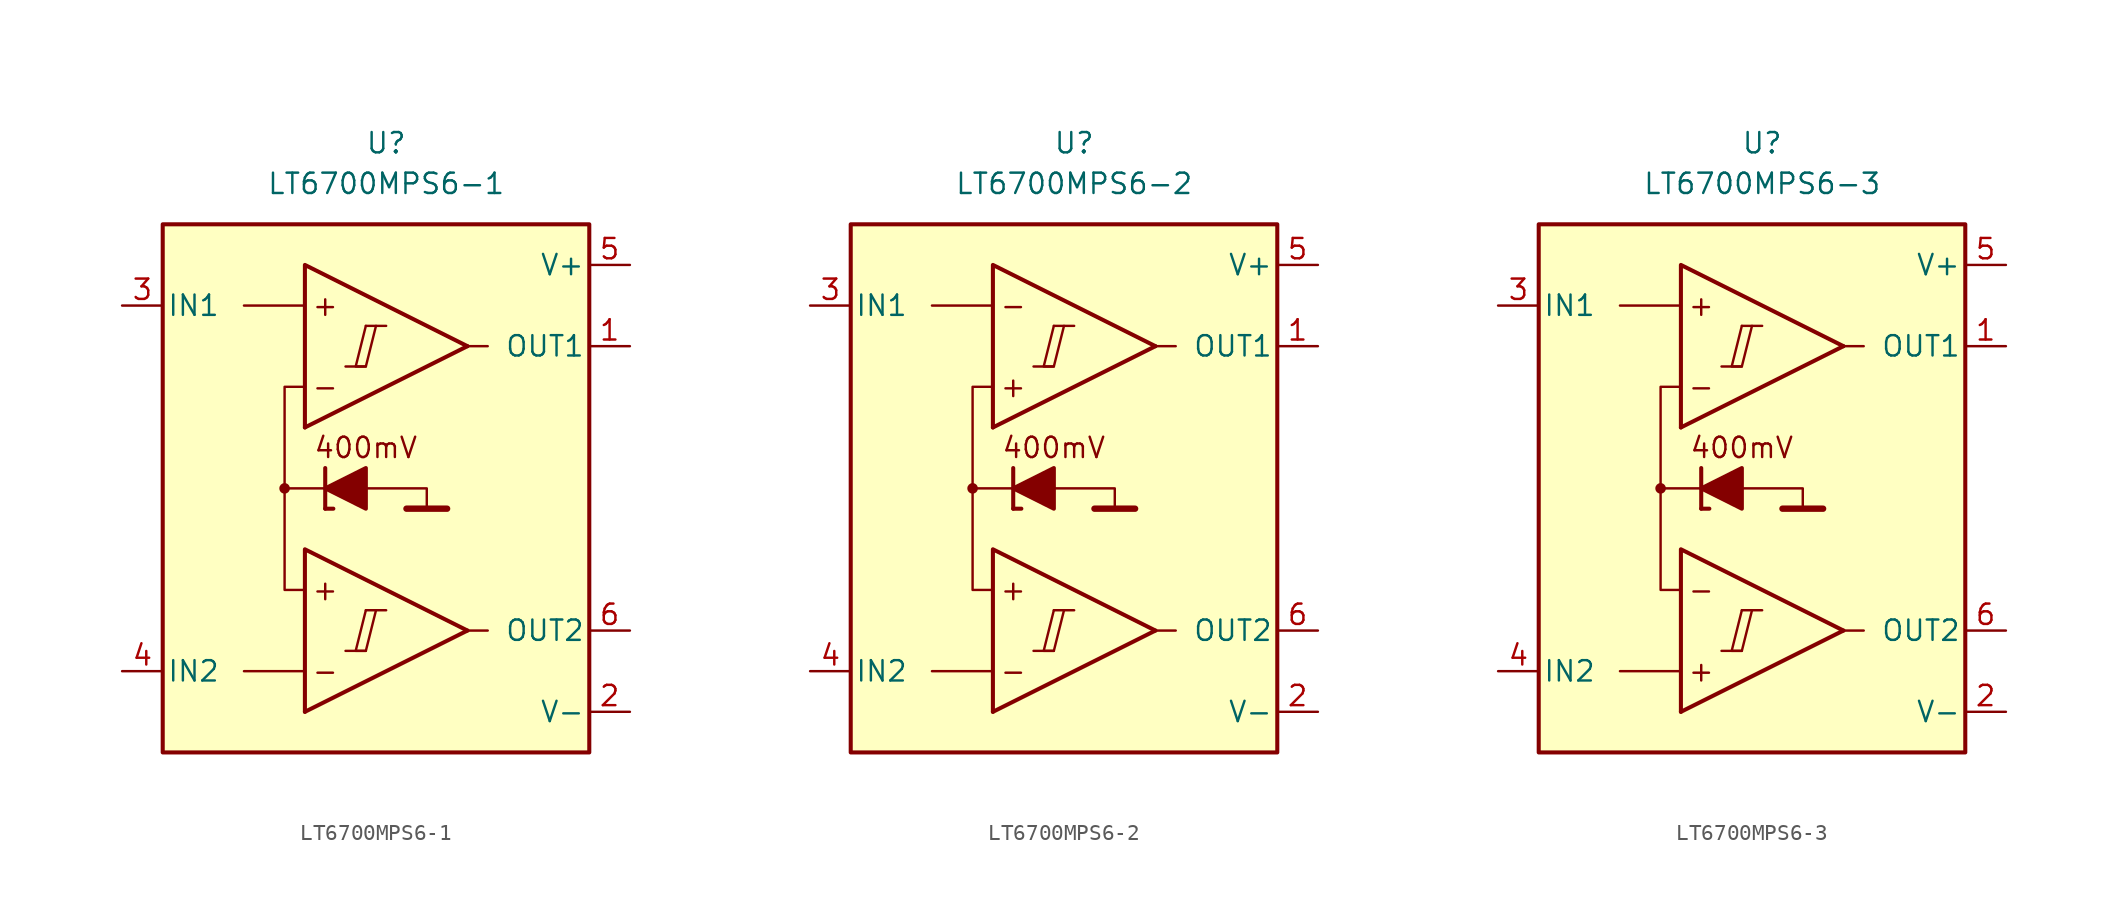
<source format=kicad_sym>
(kicad_symbol_lib
  (version 20211014)
  (generator kicad_symbol_editor)
  (symbol "LT6700MPS6-1"
    (pin_names
      (offset 0.254))
    (property "Reference" "U"
      (at 0 22.86 0)
      (effects (font (size 1.27 1.27))))
    (property "Value" "LT6700MPS6-1"
      (at 0 20.32 0)
      (effects (font (size 1.27 1.27))))
    (symbol "LT6700MPS6-1_0_0"
      (rectangle (start -13.97 17.78) (end 12.7 -15.24) (stroke (width 0.254) (type default) (color 0 0 0 0)) (fill (type background)))
      (circle (center -6.35 1.27) (radius 0.254) (stroke (width 0.152) (type default) (color 0 0 0 0)) (fill (type outline)))
      (polyline (pts (xy -2.54 -8.89) (xy -1.27 -8.89)) (stroke (width 0.152) (type default) (color 0 0 0 0)) (fill (type none)))
      (polyline (pts (xy -2.54 8.89) (xy -1.27 8.89)) (stroke (width 0.152) (type default) (color 0 0 0 0)) (fill (type none)))
      (polyline (pts (xy -1.27 -6.35) (xy 0 -6.35)) (stroke (width 0.152) (type default) (color 0 0 0 0)) (fill (type none)))
      (polyline (pts (xy -1.27 11.43) (xy 0 11.43)) (stroke (width 0.152) (type default) (color 0 0 0 0)) (fill (type none)))
      (polyline (pts (xy 5.08 -7.62) (xy -5.08 -12.7)) (stroke (width 0.254) (type default) (color 0 0 0 0)) (fill (type none)))
      (polyline (pts (xy 5.08 10.16) (xy -5.08 5.08)) (stroke (width 0.254) (type default) (color 0 0 0 0)) (fill (type none)))
      (polyline (pts (xy 5.08 -7.62) (xy -5.08 -2.54) (xy -5.08 -12.7)) (stroke (width 0.254) (type default) (color 0 0 0 0)) (fill (type background)))
      (polyline (pts (xy 5.08 10.16) (xy -5.08 15.24) (xy -5.08 5.08)) (stroke (width 0.254) (type default) (color 0 0 0 0)) (fill (type background)))
      (polyline (pts (xy -1.27 -6.35) (xy -1.905 -8.89) (xy -1.27 -8.89) (xy -0.635 -6.35)) (stroke (width 0.152) (type default) (color 0 0 0 0)) (fill (type none)))
      (polyline (pts (xy -1.27 11.43) (xy -1.905 8.89) (xy -1.27 8.89) (xy -0.635 11.43)) (stroke (width 0.152) (type default) (color 0 0 0 0)) (fill (type none)))
      (text "+" (at -3.81 -5.08 0) (effects (font (size 1.27 1.27))))
      (text "+" (at -3.81 12.7 0) (effects (font (size 1.27 1.27))))
      (text "-" (at -3.81 -10.16 0) (effects (font (size 1.27 1.27))))
      (text "-" (at -3.81 7.62 0) (effects (font (size 1.27 1.27)))))
    (symbol "LT6700MPS6-1_0_1"
      (polyline (pts (xy -5.08 -10.16) (xy -8.89 -10.16)) (stroke (width 0) (type default) (color 0 0 0 0)) (fill (type none)))
      (polyline (pts (xy -5.08 12.7) (xy -8.89 12.7)) (stroke (width 0) (type default) (color 0 0 0 0)) (fill (type none)))
      (polyline (pts (xy -3.81 0) (xy -3.81 2.54)) (stroke (width 0.254) (type default) (color 0 0 0 0)) (fill (type none)))
      (polyline (pts (xy -3.81 0) (xy -3.302 0)) (stroke (width 0.254) (type default) (color 0 0 0 0)) (fill (type none)))
      (polyline (pts (xy -3.81 1.27) (xy -6.35 1.27)) (stroke (width 0.152) (type default) (color 0 0 0 0)) (fill (type none)))
      (polyline (pts (xy 1.27 0) (xy 3.81 0)) (stroke (width 0.4) (type default) (color 0 0 0 0)) (fill (type none)))
      (polyline (pts (xy 5.08 -7.62) (xy 6.35 -7.62)) (stroke (width 0) (type default) (color 0 0 0 0)) (fill (type none)))
      (polyline (pts (xy 5.08 10.16) (xy 6.35 10.16)) (stroke (width 0) (type default) (color 0 0 0 0)) (fill (type none)))
      (polyline (pts (xy -1.27 1.27) (xy 2.54 1.27) (xy 2.54 0)) (stroke (width 0.152) (type default) (color 0 0 0 0)) (fill (type none)))
      (polyline (pts (xy -5.08 -5.08) (xy -6.35 -5.08) (xy -6.35 7.62) (xy -5.08 7.62)) (stroke (width 0.152) (type default) (color 0 0 0 0)) (fill (type none)))
      (polyline (pts (xy -1.27 2.54) (xy -1.27 0) (xy -3.81 1.27) (xy -1.27 2.54)) (stroke (width 0.254) (type default) (color 0 0 0 0)) (fill (type outline))))
    (symbol "LT6700MPS6-1_1_0"
      (text "400mV" (at -1.27 3.81 0) (effects (font (size 1.27 1.27)))))
    (symbol "LT6700MPS6-1_1_1"
      (pin output line (at 15.24 10.16 180) (length 2.54) (name "OUT1" (effects (font (size 1.27 1.27)))) (number "1" (effects (font (size 1.27 1.27)))))
      (pin power_in line (at 15.24 -12.7 180) (length 2.54) (name "V-" (effects (font (size 1.27 1.27)))) (number "2" (effects (font (size 1.27 1.27)))))
      (pin input line (at -16.51 12.7 0) (length 2.54) (name "IN1" (effects (font (size 1.27 1.27)))) (number "3" (effects (font (size 1.27 1.27)))))
      (pin input line (at -16.51 -10.16 0) (length 2.54) (name "IN2" (effects (font (size 1.27 1.27)))) (number "4" (effects (font (size 1.27 1.27)))))
      (pin power_in line (at 15.24 15.24 180) (length 2.54) (name "V+" (effects (font (size 1.27 1.27)))) (number "5" (effects (font (size 1.27 1.27)))))
      (pin output line (at 15.24 -7.62 180) (length 2.54) (name "OUT2" (effects (font (size 1.27 1.27)))) (number "6" (effects (font (size 1.27 1.27)))))))
  (symbol "LT6700MPS6-2"
    (pin_names
      (offset 0.254))
    (property "Reference" "U"
      (at 0 22.86 0)
      (effects (font (size 1.27 1.27))))
    (property "Value" "LT6700MPS6-2"
      (at 0 20.32 0)
      (effects (font (size 1.27 1.27))))
    (symbol "LT6700MPS6-2_0_0"
      (rectangle (start -13.97 17.78) (end 12.7 -15.24) (stroke (width 0.254) (type default) (color 0 0 0 0)) (fill (type background)))
      (circle (center -6.35 1.27) (radius 0.254) (stroke (width 0.152) (type default) (color 0 0 0 0)) (fill (type outline)))
      (polyline (pts (xy -2.54 -8.89) (xy -1.27 -8.89)) (stroke (width 0.152) (type default) (color 0 0 0 0)) (fill (type none)))
      (polyline (pts (xy -2.54 8.89) (xy -1.27 8.89)) (stroke (width 0.152) (type default) (color 0 0 0 0)) (fill (type none)))
      (polyline (pts (xy -1.27 -6.35) (xy 0 -6.35)) (stroke (width 0.152) (type default) (color 0 0 0 0)) (fill (type none)))
      (polyline (pts (xy -1.27 11.43) (xy 0 11.43)) (stroke (width 0.152) (type default) (color 0 0 0 0)) (fill (type none)))
      (polyline (pts (xy 5.08 -7.62) (xy -5.08 -12.7)) (stroke (width 0.254) (type default) (color 0 0 0 0)) (fill (type none)))
      (polyline (pts (xy 5.08 10.16) (xy -5.08 5.08)) (stroke (width 0.254) (type default) (color 0 0 0 0)) (fill (type none)))
      (polyline (pts (xy 5.08 -7.62) (xy -5.08 -2.54) (xy -5.08 -12.7)) (stroke (width 0.254) (type default) (color 0 0 0 0)) (fill (type background)))
      (polyline (pts (xy 5.08 10.16) (xy -5.08 15.24) (xy -5.08 5.08)) (stroke (width 0.254) (type default) (color 0 0 0 0)) (fill (type background)))
      (polyline (pts (xy -1.27 -6.35) (xy -1.905 -8.89) (xy -1.27 -8.89) (xy -0.635 -6.35)) (stroke (width 0.152) (type default) (color 0 0 0 0)) (fill (type none)))
      (polyline (pts (xy -1.27 11.43) (xy -1.905 8.89) (xy -1.27 8.89) (xy -0.635 11.43)) (stroke (width 0.152) (type default) (color 0 0 0 0)) (fill (type none)))
      (text "+" (at -3.81 -5.08 0) (effects (font (size 1.27 1.27))))
      (text "+" (at -3.81 7.62 0) (effects (font (size 1.27 1.27))))
      (text "-" (at -3.81 -10.16 0) (effects (font (size 1.27 1.27))))
      (text "-" (at -3.81 12.7 0) (effects (font (size 1.27 1.27)))))
    (symbol "LT6700MPS6-2_0_1"
      (polyline (pts (xy -5.08 -10.16) (xy -8.89 -10.16)) (stroke (width 0) (type default) (color 0 0 0 0)) (fill (type none)))
      (polyline (pts (xy -5.08 12.7) (xy -8.89 12.7)) (stroke (width 0) (type default) (color 0 0 0 0)) (fill (type none)))
      (polyline (pts (xy -3.81 0) (xy -3.81 2.54)) (stroke (width 0.254) (type default) (color 0 0 0 0)) (fill (type none)))
      (polyline (pts (xy -3.81 0) (xy -3.302 0)) (stroke (width 0.254) (type default) (color 0 0 0 0)) (fill (type none)))
      (polyline (pts (xy -3.81 1.27) (xy -6.35 1.27)) (stroke (width 0.152) (type default) (color 0 0 0 0)) (fill (type none)))
      (polyline (pts (xy 1.27 0) (xy 3.81 0)) (stroke (width 0.4) (type default) (color 0 0 0 0)) (fill (type none)))
      (polyline (pts (xy 5.08 -7.62) (xy 6.35 -7.62)) (stroke (width 0) (type default) (color 0 0 0 0)) (fill (type none)))
      (polyline (pts (xy 5.08 10.16) (xy 6.35 10.16)) (stroke (width 0) (type default) (color 0 0 0 0)) (fill (type none)))
      (polyline (pts (xy -1.27 1.27) (xy 2.54 1.27) (xy 2.54 0)) (stroke (width 0.152) (type default) (color 0 0 0 0)) (fill (type none)))
      (polyline (pts (xy -5.08 -5.08) (xy -6.35 -5.08) (xy -6.35 7.62) (xy -5.08 7.62)) (stroke (width 0.152) (type default) (color 0 0 0 0)) (fill (type none)))
      (polyline (pts (xy -1.27 2.54) (xy -1.27 0) (xy -3.81 1.27) (xy -1.27 2.54)) (stroke (width 0.254) (type default) (color 0 0 0 0)) (fill (type outline))))
    (symbol "LT6700MPS6-2_1_0"
      (text "400mV" (at -1.27 3.81 0) (effects (font (size 1.27 1.27)))))
    (symbol "LT6700MPS6-2_1_1"
      (pin output line (at 15.24 10.16 180) (length 2.54) (name "OUT1" (effects (font (size 1.27 1.27)))) (number "1" (effects (font (size 1.27 1.27)))))
      (pin power_in line (at 15.24 -12.7 180) (length 2.54) (name "V-" (effects (font (size 1.27 1.27)))) (number "2" (effects (font (size 1.27 1.27)))))
      (pin input line (at -16.51 12.7 0) (length 2.54) (name "IN1" (effects (font (size 1.27 1.27)))) (number "3" (effects (font (size 1.27 1.27)))))
      (pin input line (at -16.51 -10.16 0) (length 2.54) (name "IN2" (effects (font (size 1.27 1.27)))) (number "4" (effects (font (size 1.27 1.27)))))
      (pin power_in line (at 15.24 15.24 180) (length 2.54) (name "V+" (effects (font (size 1.27 1.27)))) (number "5" (effects (font (size 1.27 1.27)))))
      (pin output line (at 15.24 -7.62 180) (length 2.54) (name "OUT2" (effects (font (size 1.27 1.27)))) (number "6" (effects (font (size 1.27 1.27)))))))
  (symbol "LT6700MPS6-3"
    (pin_names
      (offset 0.254))
    (property "Reference" "U"
      (at 0 22.86 0)
      (effects (font (size 1.27 1.27))))
    (property "Value" "LT6700MPS6-3"
      (at 0 20.32 0)
      (effects (font (size 1.27 1.27))))
    (symbol "LT6700MPS6-3_0_0"
      (rectangle (start -13.97 17.78) (end 12.7 -15.24) (stroke (width 0.254) (type default) (color 0 0 0 0)) (fill (type background)))
      (circle (center -6.35 1.27) (radius 0.254) (stroke (width 0.152) (type default) (color 0 0 0 0)) (fill (type outline)))
      (polyline (pts (xy -2.54 -8.89) (xy -1.27 -8.89)) (stroke (width 0.152) (type default) (color 0 0 0 0)) (fill (type none)))
      (polyline (pts (xy -2.54 8.89) (xy -1.27 8.89)) (stroke (width 0.152) (type default) (color 0 0 0 0)) (fill (type none)))
      (polyline (pts (xy -1.27 -6.35) (xy 0 -6.35)) (stroke (width 0.152) (type default) (color 0 0 0 0)) (fill (type none)))
      (polyline (pts (xy -1.27 11.43) (xy 0 11.43)) (stroke (width 0.152) (type default) (color 0 0 0 0)) (fill (type none)))
      (polyline (pts (xy 5.08 -7.62) (xy -5.08 -12.7)) (stroke (width 0.254) (type default) (color 0 0 0 0)) (fill (type none)))
      (polyline (pts (xy 5.08 10.16) (xy -5.08 5.08)) (stroke (width 0.254) (type default) (color 0 0 0 0)) (fill (type none)))
      (polyline (pts (xy 5.08 -7.62) (xy -5.08 -2.54) (xy -5.08 -12.7)) (stroke (width 0.254) (type default) (color 0 0 0 0)) (fill (type background)))
      (polyline (pts (xy 5.08 10.16) (xy -5.08 15.24) (xy -5.08 5.08)) (stroke (width 0.254) (type default) (color 0 0 0 0)) (fill (type background)))
      (polyline (pts (xy -1.27 -6.35) (xy -1.905 -8.89) (xy -1.27 -8.89) (xy -0.635 -6.35)) (stroke (width 0.152) (type default) (color 0 0 0 0)) (fill (type none)))
      (polyline (pts (xy -1.27 11.43) (xy -1.905 8.89) (xy -1.27 8.89) (xy -0.635 11.43)) (stroke (width 0.152) (type default) (color 0 0 0 0)) (fill (type none)))
      (text "+" (at -3.81 -10.16 0) (effects (font (size 1.27 1.27))))
      (text "+" (at -3.81 12.7 0) (effects (font (size 1.27 1.27))))
      (text "-" (at -3.81 -5.08 0) (effects (font (size 1.27 1.27))))
      (text "-" (at -3.81 7.62 0) (effects (font (size 1.27 1.27)))))
    (symbol "LT6700MPS6-3_0_1"
      (polyline (pts (xy -5.08 -10.16) (xy -8.89 -10.16)) (stroke (width 0) (type default) (color 0 0 0 0)) (fill (type none)))
      (polyline (pts (xy -5.08 12.7) (xy -8.89 12.7)) (stroke (width 0) (type default) (color 0 0 0 0)) (fill (type none)))
      (polyline (pts (xy -3.81 0) (xy -3.81 2.54)) (stroke (width 0.254) (type default) (color 0 0 0 0)) (fill (type none)))
      (polyline (pts (xy -3.81 0) (xy -3.302 0)) (stroke (width 0.254) (type default) (color 0 0 0 0)) (fill (type none)))
      (polyline (pts (xy -3.81 1.27) (xy -6.35 1.27)) (stroke (width 0.152) (type default) (color 0 0 0 0)) (fill (type none)))
      (polyline (pts (xy 1.27 0) (xy 3.81 0)) (stroke (width 0.4) (type default) (color 0 0 0 0)) (fill (type none)))
      (polyline (pts (xy 5.08 -7.62) (xy 6.35 -7.62)) (stroke (width 0) (type default) (color 0 0 0 0)) (fill (type none)))
      (polyline (pts (xy 5.08 10.16) (xy 6.35 10.16)) (stroke (width 0) (type default) (color 0 0 0 0)) (fill (type none)))
      (polyline (pts (xy -1.27 1.27) (xy 2.54 1.27) (xy 2.54 0)) (stroke (width 0.152) (type default) (color 0 0 0 0)) (fill (type none)))
      (polyline (pts (xy -5.08 -5.08) (xy -6.35 -5.08) (xy -6.35 7.62) (xy -5.08 7.62)) (stroke (width 0.152) (type default) (color 0 0 0 0)) (fill (type none)))
      (polyline (pts (xy -1.27 2.54) (xy -1.27 0) (xy -3.81 1.27) (xy -1.27 2.54)) (stroke (width 0.254) (type default) (color 0 0 0 0)) (fill (type outline))))
    (symbol "LT6700MPS6-3_1_0"
      (text "400mV" (at -1.27 3.81 0) (effects (font (size 1.27 1.27)))))
    (symbol "LT6700MPS6-3_1_1"
      (pin output line (at 15.24 10.16 180) (length 2.54) (name "OUT1" (effects (font (size 1.27 1.27)))) (number "1" (effects (font (size 1.27 1.27)))))
      (pin power_in line (at 15.24 -12.7 180) (length 2.54) (name "V-" (effects (font (size 1.27 1.27)))) (number "2" (effects (font (size 1.27 1.27)))))
      (pin input line (at -16.51 12.7 0) (length 2.54) (name "IN1" (effects (font (size 1.27 1.27)))) (number "3" (effects (font (size 1.27 1.27)))))
      (pin input line (at -16.51 -10.16 0) (length 2.54) (name "IN2" (effects (font (size 1.27 1.27)))) (number "4" (effects (font (size 1.27 1.27)))))
      (pin power_in line (at 15.24 15.24 180) (length 2.54) (name "V+" (effects (font (size 1.27 1.27)))) (number "5" (effects (font (size 1.27 1.27)))))
      (pin output line (at 15.24 -7.62 180) (length 2.54) (name "OUT2" (effects (font (size 1.27 1.27)))) (number "6" (effects (font (size 1.27 1.27))))))))
</source>
